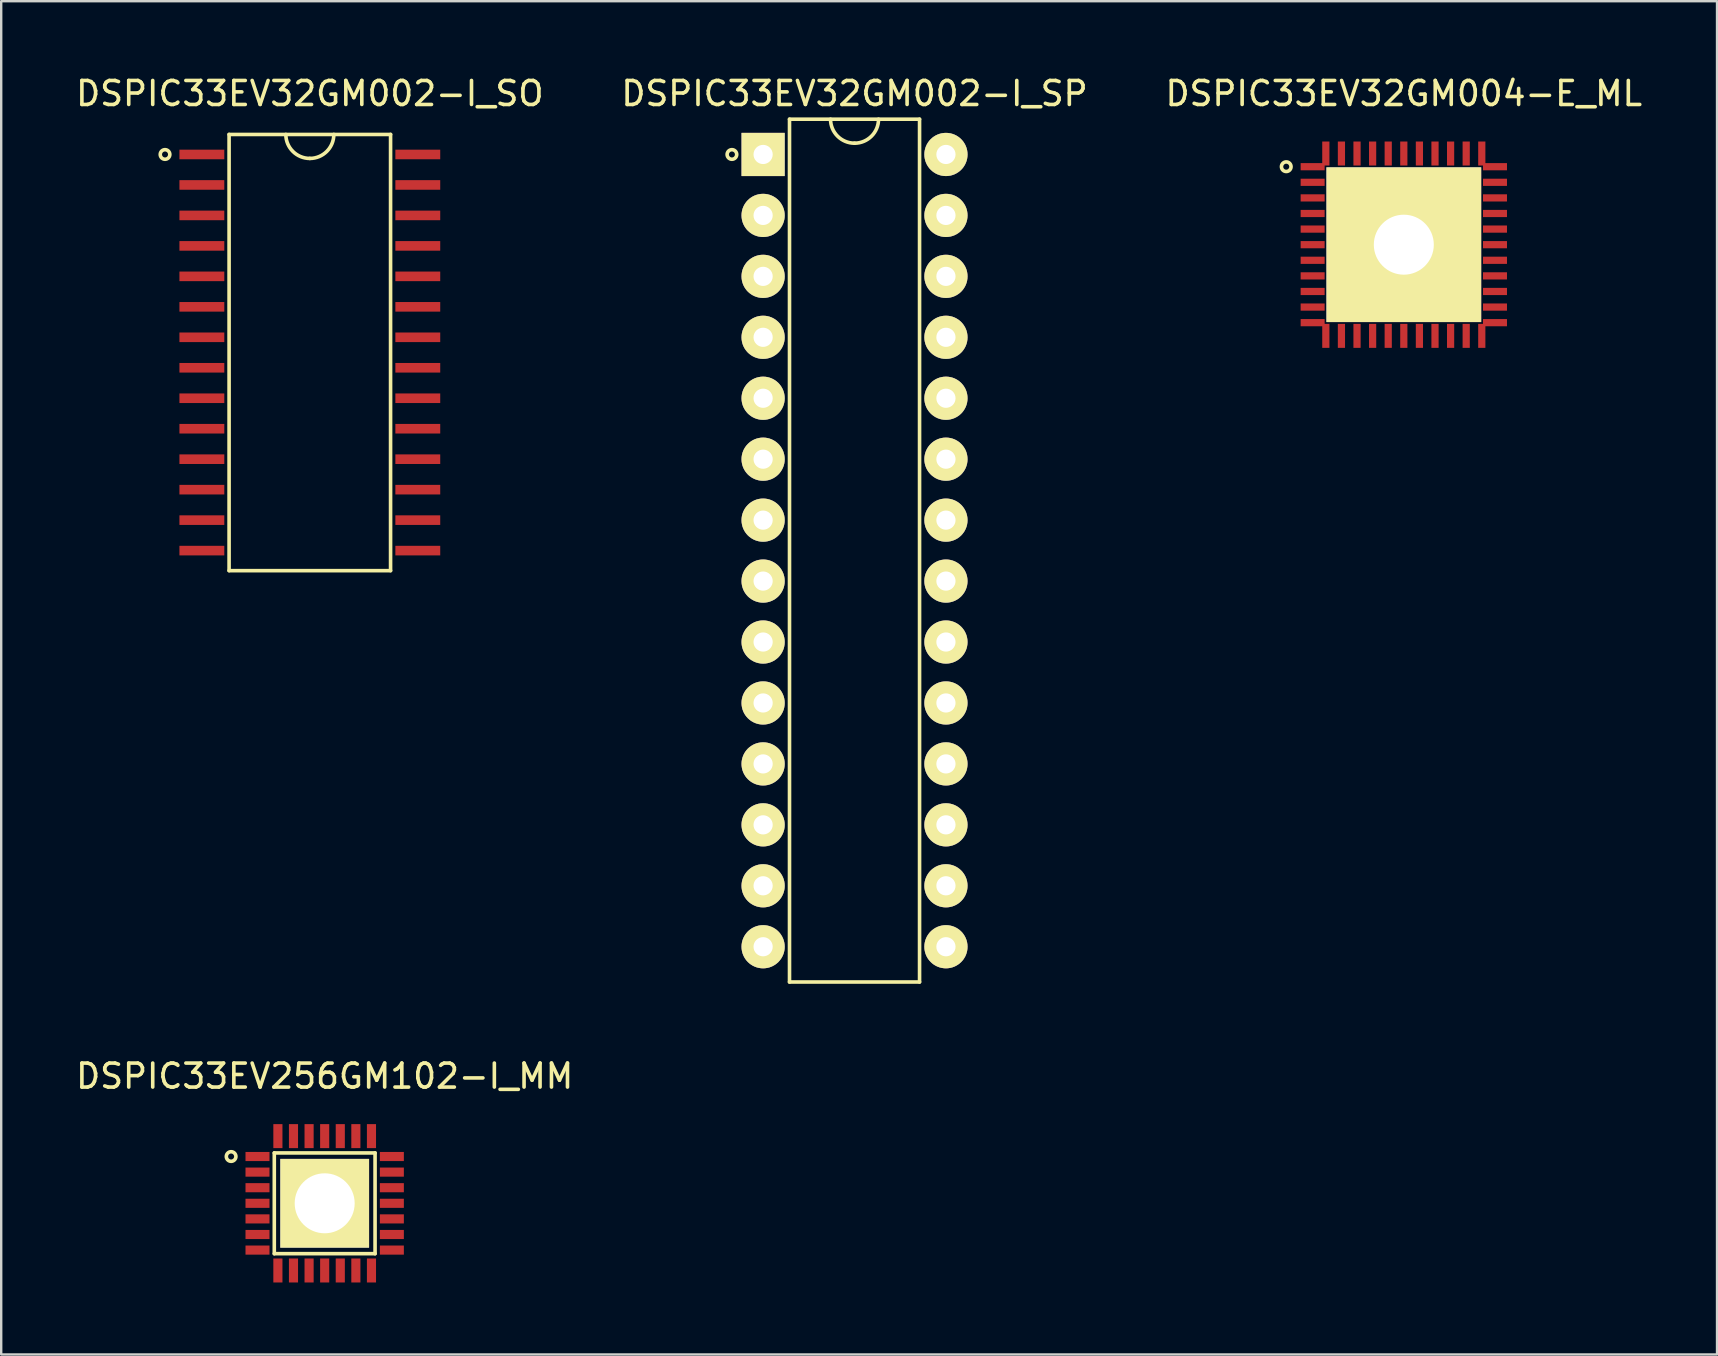
<source format=kicad_pcb>
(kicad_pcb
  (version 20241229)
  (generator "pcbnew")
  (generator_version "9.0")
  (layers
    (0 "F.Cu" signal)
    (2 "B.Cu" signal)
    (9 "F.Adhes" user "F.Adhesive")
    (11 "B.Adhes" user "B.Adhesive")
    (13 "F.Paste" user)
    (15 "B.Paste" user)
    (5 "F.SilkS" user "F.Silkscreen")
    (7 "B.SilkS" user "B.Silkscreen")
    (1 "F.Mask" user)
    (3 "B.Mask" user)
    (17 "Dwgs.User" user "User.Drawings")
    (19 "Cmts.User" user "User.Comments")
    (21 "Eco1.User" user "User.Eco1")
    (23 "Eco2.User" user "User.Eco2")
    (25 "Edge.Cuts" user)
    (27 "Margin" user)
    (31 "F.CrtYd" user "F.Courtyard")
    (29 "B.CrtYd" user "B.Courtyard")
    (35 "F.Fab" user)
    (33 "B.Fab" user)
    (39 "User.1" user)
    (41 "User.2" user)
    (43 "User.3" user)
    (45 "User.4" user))
  (footprint "DSPIC33EV256GM102-I_MM"
    (layer "F.Cu")
    (at 7.682 44.301)
    (property "Reference" "DSPIC33EV256GM102-I_MM" (at 2.8 -2.5 0) (layer "F.SilkS") (effects (font (size 1 1) (thickness 0.15))))
    (attr through_hole)
    (fp_line (start 0.7 0.7) (end 0.7 4.9) (stroke (width 0.15) (type solid)) (layer "F.SilkS"))
    (fp_line (start 0.7 0.7) (end 4.9 0.7) (stroke (width 0.15) (type solid)) (layer "F.SilkS"))
    (fp_line (start 0.7 4.9) (end 4.9 4.9) (stroke (width 0.15) (type solid)) (layer "F.SilkS"))
    (fp_line (start 4.9 4.9) (end 4.9 0.7) (stroke (width 0.15) (type solid)) (layer "F.SilkS"))
    (fp_circle (center -1.1 0.85) (end -1.1 0.65) (stroke (width 0.15) (type solid)) (fill no) (layer "F.SilkS"))
    (fp_circle (center 1.7 1.7) (end 1.7 1.2) (stroke (width 0.15) (type solid)) (fill no) (layer "F.SilkS"))
    (pad "1" smd rect (at 0 0.85) (size 1 0.38) (layers "F.Cu" "F.Mask" "F.Paste"))
    (pad "2" smd rect (at 0 1.5) (size 1 0.38) (layers "F.Cu" "F.Mask" "F.Paste"))
    (pad "3" smd rect (at 0 2.15) (size 1 0.38) (layers "F.Cu" "F.Mask" "F.Paste"))
    (pad "4" smd rect (at 0 2.8) (size 1 0.38) (layers "F.Cu" "F.Mask" "F.Paste"))
    (pad "5" smd rect (at 0 3.45) (size 1 0.38) (layers "F.Cu" "F.Mask" "F.Paste"))
    (pad "6" smd rect (at 0 4.1) (size 1 0.38) (layers "F.Cu" "F.Mask" "F.Paste"))
    (pad "7" smd rect (at 0 4.75) (size 1 0.38) (layers "F.Cu" "F.Mask" "F.Paste"))
    (pad "8" smd rect (at 0.85 5.6) (size 0.38 1) (layers "F.Cu" "F.Mask" "F.Paste"))
    (pad "9" smd rect (at 1.5 5.6) (size 0.38 1) (layers "F.Cu" "F.Mask" "F.Paste"))
    (pad "10" smd rect (at 2.15 5.6) (size 0.38 1) (layers "F.Cu" "F.Mask" "F.Paste"))
    (pad "11" smd rect (at 2.8 5.6) (size 0.38 1) (layers "F.Cu" "F.Mask" "F.Paste"))
    (pad "12" smd rect (at 3.45 5.6) (size 0.38 1) (layers "F.Cu" "F.Mask" "F.Paste"))
    (pad "13" smd rect (at 4.1 5.6) (size 0.38 1) (layers "F.Cu" "F.Mask" "F.Paste"))
    (pad "14" smd rect (at 4.75 5.6) (size 0.38 1) (layers "F.Cu" "F.Mask" "F.Paste"))
    (pad "15" smd rect (at 5.6 4.75) (size 1 0.38) (layers "F.Cu" "F.Mask" "F.Paste"))
    (pad "16" smd rect (at 5.6 4.1) (size 1 0.38) (layers "F.Cu" "F.Mask" "F.Paste"))
    (pad "17" smd rect (at 5.6 3.45) (size 1 0.38) (layers "F.Cu" "F.Mask" "F.Paste"))
    (pad "18" smd rect (at 5.6 2.8) (size 1 0.38) (layers "F.Cu" "F.Mask" "F.Paste"))
    (pad "19" smd rect (at 5.6 2.15) (size 1 0.38) (layers "F.Cu" "F.Mask" "F.Paste"))
    (pad "20" smd rect (at 5.6 1.5) (size 1 0.38) (layers "F.Cu" "F.Mask" "F.Paste"))
    (pad "21" smd rect (at 5.6 0.85) (size 1 0.38) (layers "F.Cu" "F.Mask" "F.Paste"))
    (pad "22" smd rect (at 4.75 0) (size 0.38 1) (layers "F.Cu" "F.Mask" "F.Paste"))
    (pad "23" smd rect (at 4.1 0) (size 0.38 1) (layers "F.Cu" "F.Mask" "F.Paste"))
    (pad "24" smd rect (at 3.45 0) (size 0.38 1) (layers "F.Cu" "F.Mask" "F.Paste"))
    (pad "25" smd rect (at 2.8 0) (size 0.38 1) (layers "F.Cu" "F.Mask" "F.Paste"))
    (pad "26" smd rect (at 2.15 0) (size 0.38 1) (layers "F.Cu" "F.Mask" "F.Paste"))
    (pad "27" smd rect (at 1.5 0) (size 0.38 1) (layers "F.Cu" "F.Mask" "F.Paste"))
    (pad "28" smd rect (at 0.85 0) (size 0.38 1) (layers "F.Cu" "F.Mask" "F.Paste"))
    (pad "999" thru_hole rect (at 2.8 2.8) (size 3.7 3.7) (drill 2.5) (layers "*.Cu" "*.Mask" "F.SilkS")))
  (footprint "DSPIC33EV32GM002-I_SP"
    (layer "F.Cu")
    (at 28.755 3.388)
    (property "Reference" "DSPIC33EV32GM002-I_SP" (at 3.81 -2.54 0) (layer "F.SilkS") (effects (font (size 1 1) (thickness 0.15))))
    (attr through_hole)
    (fp_line (start 1.1 -1.47) (end 6.52 -1.47) (stroke (width 0.15) (type solid)) (layer "F.SilkS"))
    (fp_line (start 1.1 34.49) (end 1.1 -1.47) (stroke (width 0.15) (type solid)) (layer "F.SilkS"))
    (fp_line (start 6.52 -1.47) (end 6.52 34.49) (stroke (width 0.15) (type solid)) (layer "F.SilkS"))
    (fp_line (start 6.52 34.49) (end 1.1 34.49) (stroke (width 0.15) (type solid)) (layer "F.SilkS"))
    (fp_arc (start 3.81 -0.47) (mid 3.102893 -0.762893) (end 2.81 -1.47) (stroke (width 0.15) (type solid)) (layer "F.SilkS"))
    (fp_arc (start 4.81 -1.47) (mid 4.517107 -0.762893) (end 3.81 -0.47) (stroke (width 0.15) (type solid)) (layer "F.SilkS"))
    (fp_circle (center -1.3 0) (end -1.3 0.2) (stroke (width 0.15) (type solid)) (fill no) (layer "F.SilkS"))
    (pad "1" thru_hole rect (at 0 0) (size 1.8 1.8) (drill 0.8) (layers "*.Cu" "*.Mask" "F.SilkS"))
    (pad "2" thru_hole circle (at 0 2.54) (size 1.8 1.8) (drill 0.8) (layers "*.Cu" "*.Mask" "F.SilkS"))
    (pad "3" thru_hole circle (at 0 5.08) (size 1.8 1.8) (drill 0.8) (layers "*.Cu" "*.Mask" "F.SilkS"))
    (pad "4" thru_hole circle (at 0 7.62) (size 1.8 1.8) (drill 0.8) (layers "*.Cu" "*.Mask" "F.SilkS"))
    (pad "5" thru_hole circle (at 0 10.16) (size 1.8 1.8) (drill 0.8) (layers "*.Cu" "*.Mask" "F.SilkS"))
    (pad "6" thru_hole circle (at 0 12.7) (size 1.8 1.8) (drill 0.8) (layers "*.Cu" "*.Mask" "F.SilkS"))
    (pad "7" thru_hole circle (at 0 15.24) (size 1.8 1.8) (drill 0.8) (layers "*.Cu" "*.Mask" "F.SilkS"))
    (pad "8" thru_hole circle (at 0 17.78) (size 1.8 1.8) (drill 0.8) (layers "*.Cu" "*.Mask" "F.SilkS"))
    (pad "9" thru_hole circle (at 0 20.32) (size 1.8 1.8) (drill 0.8) (layers "*.Cu" "*.Mask" "F.SilkS"))
    (pad "10" thru_hole circle (at 0 22.86) (size 1.8 1.8) (drill 0.8) (layers "*.Cu" "*.Mask" "F.SilkS"))
    (pad "11" thru_hole circle (at 0 25.4) (size 1.8 1.8) (drill 0.8) (layers "*.Cu" "*.Mask" "F.SilkS"))
    (pad "12" thru_hole circle (at 0 27.94) (size 1.8 1.8) (drill 0.8) (layers "*.Cu" "*.Mask" "F.SilkS"))
    (pad "13" thru_hole circle (at 0 30.48) (size 1.8 1.8) (drill 0.8) (layers "*.Cu" "*.Mask" "F.SilkS"))
    (pad "14" thru_hole circle (at 0 33.02) (size 1.8 1.8) (drill 0.8) (layers "*.Cu" "*.Mask" "F.SilkS"))
    (pad "15" thru_hole circle (at 7.62 33.02) (size 1.8 1.8) (drill 0.8) (layers "*.Cu" "*.Mask" "F.SilkS"))
    (pad "16" thru_hole circle (at 7.62 30.48) (size 1.8 1.8) (drill 0.8) (layers "*.Cu" "*.Mask" "F.SilkS"))
    (pad "17" thru_hole circle (at 7.62 27.94) (size 1.8 1.8) (drill 0.8) (layers "*.Cu" "*.Mask" "F.SilkS"))
    (pad "18" thru_hole circle (at 7.62 25.4) (size 1.8 1.8) (drill 0.8) (layers "*.Cu" "*.Mask" "F.SilkS"))
    (pad "19" thru_hole circle (at 7.62 22.86) (size 1.8 1.8) (drill 0.8) (layers "*.Cu" "*.Mask" "F.SilkS"))
    (pad "20" thru_hole circle (at 7.62 20.32) (size 1.8 1.8) (drill 0.8) (layers "*.Cu" "*.Mask" "F.SilkS"))
    (pad "21" thru_hole circle (at 7.62 17.78) (size 1.8 1.8) (drill 0.8) (layers "*.Cu" "*.Mask" "F.SilkS"))
    (pad "22" thru_hole circle (at 7.62 15.24) (size 1.8 1.8) (drill 0.8) (layers "*.Cu" "*.Mask" "F.SilkS"))
    (pad "23" thru_hole circle (at 7.62 12.7) (size 1.8 1.8) (drill 0.8) (layers "*.Cu" "*.Mask" "F.SilkS"))
    (pad "24" thru_hole circle (at 7.62 10.16) (size 1.8 1.8) (drill 0.8) (layers "*.Cu" "*.Mask" "F.SilkS"))
    (pad "25" thru_hole circle (at 7.62 7.62) (size 1.8 1.8) (drill 0.8) (layers "*.Cu" "*.Mask" "F.SilkS"))
    (pad "26" thru_hole circle (at 7.62 5.08) (size 1.8 1.8) (drill 0.8) (layers "*.Cu" "*.Mask" "F.SilkS"))
    (pad "27" thru_hole circle (at 7.62 2.54) (size 1.8 1.8) (drill 0.8) (layers "*.Cu" "*.Mask" "F.SilkS"))
    (pad "28" thru_hole circle (at 7.62 0) (size 1.8 1.8) (drill 0.8) (layers "*.Cu" "*.Mask" "F.SilkS")))
  (footprint "DSPIC33EV32GM004-E_ML"
    (layer "F.Cu")
    (at 51.658 3.348)
    (property "Reference" "DSPIC33EV32GM004-E_ML" (at 3.8 -2.5 0) (layer "F.SilkS") (effects (font (size 1 1) (thickness 0.15))))
    (attr through_hole)
    (fp_line (start 0.7 0.7) (end 0.7 6.9) (stroke (width 0.15) (type solid)) (layer "F.SilkS"))
    (fp_line (start 0.7 0.7) (end 6.9 0.7) (stroke (width 0.15) (type solid)) (layer "F.SilkS"))
    (fp_line (start 0.7 6.9) (end 6.9 6.9) (stroke (width 0.15) (type solid)) (layer "F.SilkS"))
    (fp_line (start 6.9 6.9) (end 6.9 0.7) (stroke (width 0.15) (type solid)) (layer "F.SilkS"))
    (fp_circle (center -1.1 0.55) (end -1.1 0.35) (stroke (width 0.15) (type solid)) (fill no) (layer "F.SilkS"))
    (fp_circle (center 1.7 1.7) (end 1.7 1.2) (stroke (width 0.15) (type solid)) (fill no) (layer "F.SilkS"))
    (pad "1" smd rect (at 0 0.55) (size 1 0.3) (layers "F.Cu" "F.Mask" "F.Paste"))
    (pad "2" smd rect (at 0 1.2) (size 1 0.3) (layers "F.Cu" "F.Mask" "F.Paste"))
    (pad "3" smd rect (at 0 1.85) (size 1 0.3) (layers "F.Cu" "F.Mask" "F.Paste"))
    (pad "4" smd rect (at 0 2.5) (size 1 0.3) (layers "F.Cu" "F.Mask" "F.Paste"))
    (pad "5" smd rect (at 0 3.15) (size 1 0.3) (layers "F.Cu" "F.Mask" "F.Paste"))
    (pad "6" smd rect (at 0 3.8) (size 1 0.3) (layers "F.Cu" "F.Mask" "F.Paste"))
    (pad "7" smd rect (at 0 4.45) (size 1 0.3) (layers "F.Cu" "F.Mask" "F.Paste"))
    (pad "8" smd rect (at 0 5.1) (size 1 0.3) (layers "F.Cu" "F.Mask" "F.Paste"))
    (pad "9" smd rect (at 0 5.75) (size 1 0.3) (layers "F.Cu" "F.Mask" "F.Paste"))
    (pad "10" smd rect (at 0 6.4) (size 1 0.3) (layers "F.Cu" "F.Mask" "F.Paste"))
    (pad "11" smd rect (at 0 7.05) (size 1 0.3) (layers "F.Cu" "F.Mask" "F.Paste"))
    (pad "12" smd rect (at 0.55 7.6) (size 0.3 1) (layers "F.Cu" "F.Mask" "F.Paste"))
    (pad "13" smd rect (at 1.2 7.6) (size 0.3 1) (layers "F.Cu" "F.Mask" "F.Paste"))
    (pad "14" smd rect (at 1.85 7.6) (size 0.3 1) (layers "F.Cu" "F.Mask" "F.Paste"))
    (pad "15" smd rect (at 2.5 7.6) (size 0.3 1) (layers "F.Cu" "F.Mask" "F.Paste"))
    (pad "16" smd rect (at 3.15 7.6) (size 0.3 1) (layers "F.Cu" "F.Mask" "F.Paste"))
    (pad "17" smd rect (at 3.8 7.6) (size 0.3 1) (layers "F.Cu" "F.Mask" "F.Paste"))
    (pad "18" smd rect (at 4.45 7.6) (size 0.3 1) (layers "F.Cu" "F.Mask" "F.Paste"))
    (pad "19" smd rect (at 5.1 7.6) (size 0.3 1) (layers "F.Cu" "F.Mask" "F.Paste"))
    (pad "20" smd rect (at 5.75 7.6) (size 0.3 1) (layers "F.Cu" "F.Mask" "F.Paste"))
    (pad "21" smd rect (at 6.4 7.6) (size 0.3 1) (layers "F.Cu" "F.Mask" "F.Paste"))
    (pad "22" smd rect (at 7.05 7.6) (size 0.3 1) (layers "F.Cu" "F.Mask" "F.Paste"))
    (pad "23" smd rect (at 7.6 7.05) (size 1 0.3) (layers "F.Cu" "F.Mask" "F.Paste"))
    (pad "24" smd rect (at 7.6 6.4) (size 1 0.3) (layers "F.Cu" "F.Mask" "F.Paste"))
    (pad "25" smd rect (at 7.6 5.75) (size 1 0.3) (layers "F.Cu" "F.Mask" "F.Paste"))
    (pad "26" smd rect (at 7.6 5.1) (size 1 0.3) (layers "F.Cu" "F.Mask" "F.Paste"))
    (pad "27" smd rect (at 7.6 4.45) (size 1 0.3) (layers "F.Cu" "F.Mask" "F.Paste"))
    (pad "28" smd rect (at 7.6 3.8) (size 1 0.3) (layers "F.Cu" "F.Mask" "F.Paste"))
    (pad "29" smd rect (at 7.6 3.15) (size 1 0.3) (layers "F.Cu" "F.Mask" "F.Paste"))
    (pad "30" smd rect (at 7.6 2.5) (size 1 0.3) (layers "F.Cu" "F.Mask" "F.Paste"))
    (pad "31" smd rect (at 7.6 1.85) (size 1 0.3) (layers "F.Cu" "F.Mask" "F.Paste"))
    (pad "32" smd rect (at 7.6 1.2) (size 1 0.3) (layers "F.Cu" "F.Mask" "F.Paste"))
    (pad "33" smd rect (at 7.6 0.55) (size 1 0.3) (layers "F.Cu" "F.Mask" "F.Paste"))
    (pad "34" smd rect (at 7.05 0) (size 0.3 1) (layers "F.Cu" "F.Mask" "F.Paste"))
    (pad "35" smd rect (at 6.4 0) (size 0.3 1) (layers "F.Cu" "F.Mask" "F.Paste"))
    (pad "36" smd rect (at 5.75 0) (size 0.3 1) (layers "F.Cu" "F.Mask" "F.Paste"))
    (pad "37" smd rect (at 5.1 0) (size 0.3 1) (layers "F.Cu" "F.Mask" "F.Paste"))
    (pad "38" smd rect (at 4.45 0) (size 0.3 1) (layers "F.Cu" "F.Mask" "F.Paste"))
    (pad "39" smd rect (at 3.8 0) (size 0.3 1) (layers "F.Cu" "F.Mask" "F.Paste"))
    (pad "40" smd rect (at 3.15 0) (size 0.3 1) (layers "F.Cu" "F.Mask" "F.Paste"))
    (pad "41" smd rect (at 2.5 0) (size 0.3 1) (layers "F.Cu" "F.Mask" "F.Paste"))
    (pad "42" smd rect (at 1.85 0) (size 0.3 1) (layers "F.Cu" "F.Mask" "F.Paste"))
    (pad "43" smd rect (at 1.2 0) (size 0.3 1) (layers "F.Cu" "F.Mask" "F.Paste"))
    (pad "44" smd rect (at 0.55 0) (size 0.3 1) (layers "F.Cu" "F.Mask" "F.Paste"))
    (pad "999" thru_hole rect (at 3.8 3.8) (size 6.45 6.45) (drill 2.5) (layers "*.Cu" "*.Mask" "F.SilkS")))
  (footprint "DSPIC33EV32GM002-I_SO"
    (layer "F.Cu")
    (at 5.363 3.388)
    (property "Reference" "DSPIC33EV32GM002-I_SO" (at 4.5 -2.54 0) (layer "F.SilkS") (effects (font (size 1 1) (thickness 0.15))))
    (attr through_hole)
    (fp_line (start 1.135 -0.835) (end 7.865 -0.835) (stroke (width 0.15) (type solid)) (layer "F.SilkS"))
    (fp_line (start 1.135 17.345) (end 1.135 -0.835) (stroke (width 0.15) (type solid)) (layer "F.SilkS"))
    (fp_line (start 7.865 -0.835) (end 7.865 17.345) (stroke (width 0.15) (type solid)) (layer "F.SilkS"))
    (fp_line (start 7.865 17.345) (end 1.135 17.345) (stroke (width 0.15) (type solid)) (layer "F.SilkS"))
    (fp_arc (start 4.5 0.165) (mid 3.792893 -0.127893) (end 3.5 -0.835) (stroke (width 0.15) (type solid)) (layer "F.SilkS"))
    (fp_arc (start 5.5 -0.835) (mid 5.207107 -0.127893) (end 4.5 0.165) (stroke (width 0.15) (type solid)) (layer "F.SilkS"))
    (fp_circle (center -1.535 0) (end -1.535 0.2) (stroke (width 0.15) (type solid)) (fill no) (layer "F.SilkS"))
    (pad "1" smd rect (at 0 0) (size 1.87 0.4) (layers "F.Cu" "F.Mask" "F.Paste"))
    (pad "2" smd rect (at 0 1.27) (size 1.87 0.4) (layers "F.Cu" "F.Mask" "F.Paste"))
    (pad "3" smd rect (at 0 2.54) (size 1.87 0.4) (layers "F.Cu" "F.Mask" "F.Paste"))
    (pad "4" smd rect (at 0 3.81) (size 1.87 0.4) (layers "F.Cu" "F.Mask" "F.Paste"))
    (pad "5" smd rect (at 0 5.08) (size 1.87 0.4) (layers "F.Cu" "F.Mask" "F.Paste"))
    (pad "6" smd rect (at 0 6.35) (size 1.87 0.4) (layers "F.Cu" "F.Mask" "F.Paste"))
    (pad "7" smd rect (at 0 7.62) (size 1.87 0.4) (layers "F.Cu" "F.Mask" "F.Paste"))
    (pad "8" smd rect (at 0 8.89) (size 1.87 0.4) (layers "F.Cu" "F.Mask" "F.Paste"))
    (pad "9" smd rect (at 0 10.16) (size 1.87 0.4) (layers "F.Cu" "F.Mask" "F.Paste"))
    (pad "10" smd rect (at 0 11.43) (size 1.87 0.4) (layers "F.Cu" "F.Mask" "F.Paste"))
    (pad "11" smd rect (at 0 12.7) (size 1.87 0.4) (layers "F.Cu" "F.Mask" "F.Paste"))
    (pad "12" smd rect (at 0 13.97) (size 1.87 0.4) (layers "F.Cu" "F.Mask" "F.Paste"))
    (pad "13" smd rect (at 0 15.24) (size 1.87 0.4) (layers "F.Cu" "F.Mask" "F.Paste"))
    (pad "14" smd rect (at 0 16.51) (size 1.87 0.4) (layers "F.Cu" "F.Mask" "F.Paste"))
    (pad "15" smd rect (at 9 16.51) (size 1.87 0.4) (layers "F.Cu" "F.Mask" "F.Paste"))
    (pad "16" smd rect (at 9 15.24) (size 1.87 0.4) (layers "F.Cu" "F.Mask" "F.Paste"))
    (pad "17" smd rect (at 9 13.97) (size 1.87 0.4) (layers "F.Cu" "F.Mask" "F.Paste"))
    (pad "18" smd rect (at 9 12.7) (size 1.87 0.4) (layers "F.Cu" "F.Mask" "F.Paste"))
    (pad "19" smd rect (at 9 11.43) (size 1.87 0.4) (layers "F.Cu" "F.Mask" "F.Paste"))
    (pad "20" smd rect (at 9 10.16) (size 1.87 0.4) (layers "F.Cu" "F.Mask" "F.Paste"))
    (pad "21" smd rect (at 9 8.89) (size 1.87 0.4) (layers "F.Cu" "F.Mask" "F.Paste"))
    (pad "22" smd rect (at 9 7.62) (size 1.87 0.4) (layers "F.Cu" "F.Mask" "F.Paste"))
    (pad "23" smd rect (at 9 6.35) (size 1.87 0.4) (layers "F.Cu" "F.Mask" "F.Paste"))
    (pad "24" smd rect (at 9 5.08) (size 1.87 0.4) (layers "F.Cu" "F.Mask" "F.Paste"))
    (pad "25" smd rect (at 9 3.81) (size 1.87 0.4) (layers "F.Cu" "F.Mask" "F.Paste"))
    (pad "26" smd rect (at 9 2.54) (size 1.87 0.4) (layers "F.Cu" "F.Mask" "F.Paste"))
    (pad "27" smd rect (at 9 1.27) (size 1.87 0.4) (layers "F.Cu" "F.Mask" "F.Paste"))
    (pad "28" smd rect (at 9 0) (size 1.87 0.4) (layers "F.Cu" "F.Mask" "F.Paste")))
  (gr_rect
    (start -3 -3)
    (end 68.512 53.401)
    (stroke (width 0.1) (type default))
    (fill no)
    (layer "Edge.Cuts")))
</source>
